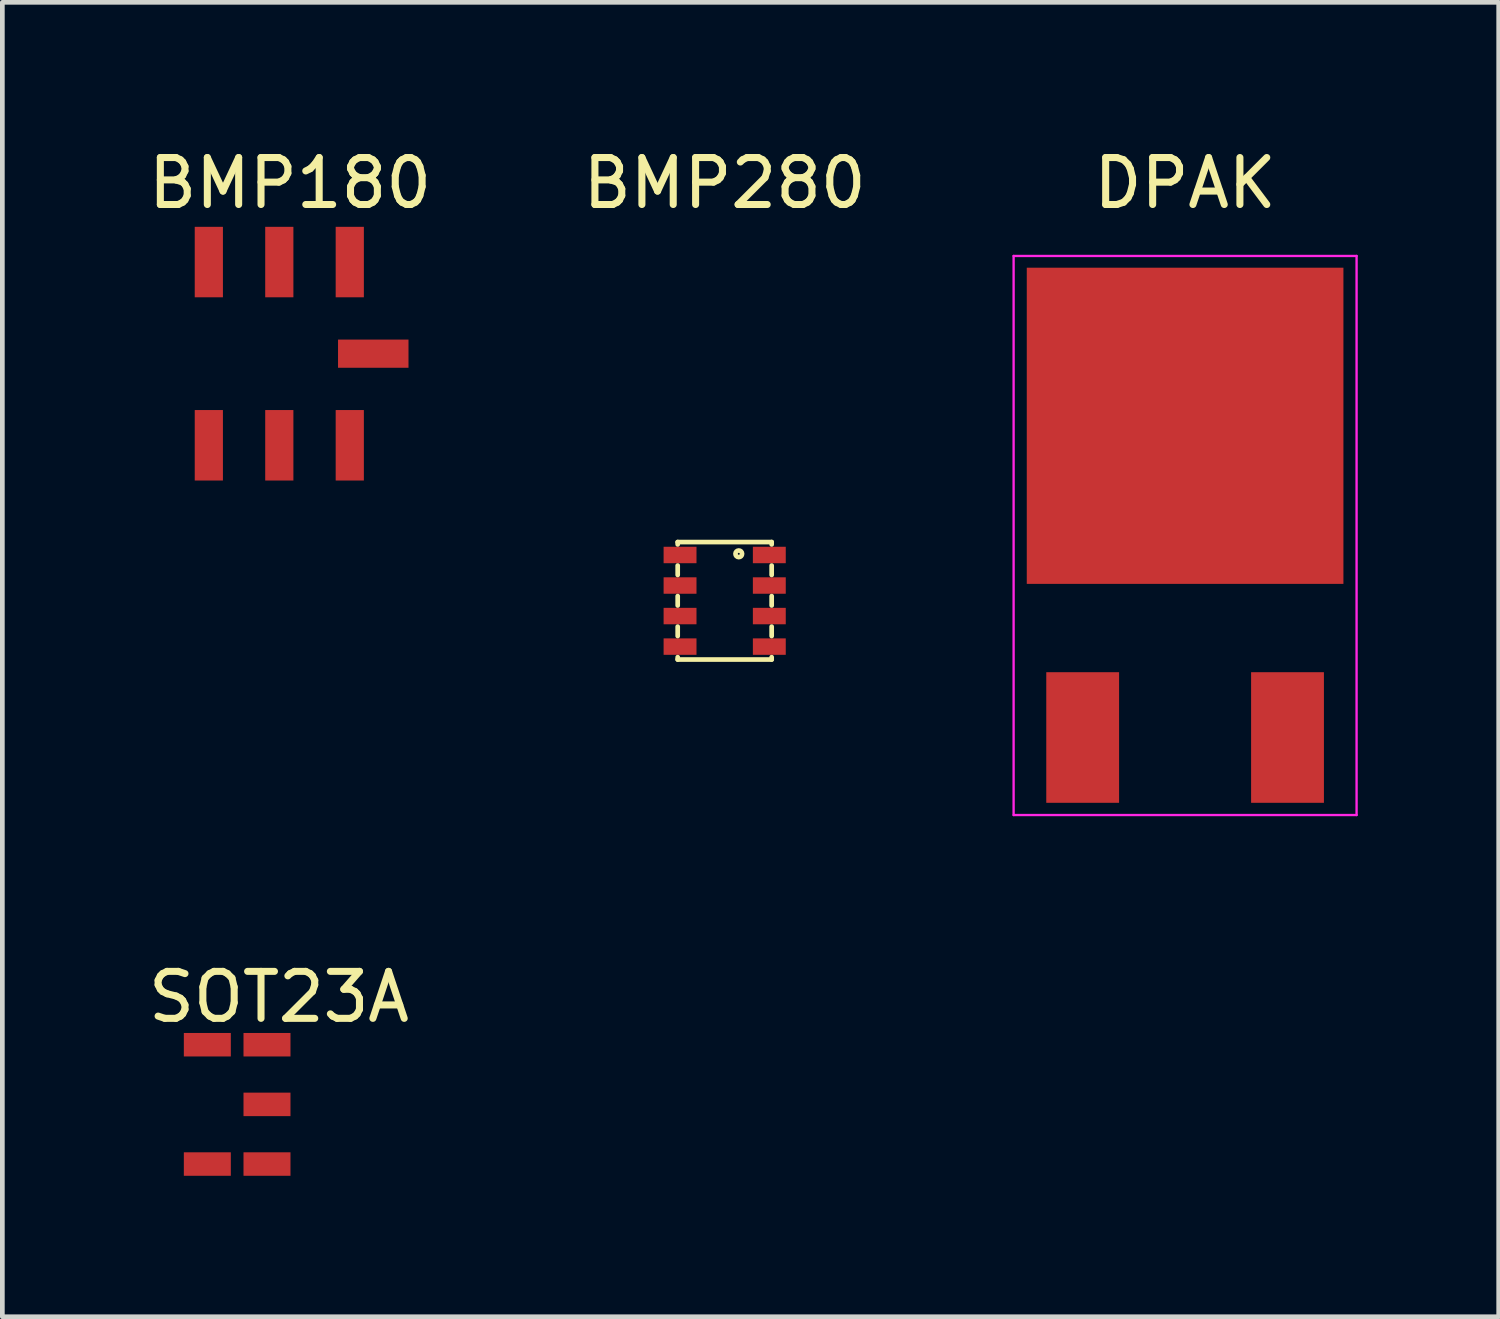
<source format=kicad_pcb>
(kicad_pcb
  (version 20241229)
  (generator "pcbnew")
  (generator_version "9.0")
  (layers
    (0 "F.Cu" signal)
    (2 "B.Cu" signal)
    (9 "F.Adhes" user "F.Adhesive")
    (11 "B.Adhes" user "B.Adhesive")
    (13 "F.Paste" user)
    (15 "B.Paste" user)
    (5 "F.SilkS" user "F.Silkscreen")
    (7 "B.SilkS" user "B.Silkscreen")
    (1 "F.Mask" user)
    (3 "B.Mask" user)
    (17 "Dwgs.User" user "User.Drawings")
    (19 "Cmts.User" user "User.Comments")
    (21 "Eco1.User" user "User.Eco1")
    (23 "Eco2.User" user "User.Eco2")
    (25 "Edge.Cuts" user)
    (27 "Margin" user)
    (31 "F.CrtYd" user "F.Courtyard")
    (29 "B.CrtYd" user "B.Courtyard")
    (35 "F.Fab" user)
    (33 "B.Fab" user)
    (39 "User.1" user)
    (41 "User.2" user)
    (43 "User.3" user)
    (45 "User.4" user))
  (footprint "BMP280"
    (layer "F.Cu")
    (at 12.375 9.738)
    (property "Reference" "BMP280" (at 0 -8.89 0) (layer "F.SilkS") (effects (font (size 1 1) (thickness 0.15))))
    (attr through_hole)
    (fp_line (start -1 -1.25) (end -1 -1.2) (stroke (width 0.1) (type solid)) (layer "F.SilkS"))
    (fp_line (start -1 -1.25) (end 1 -1.25) (stroke (width 0.1) (type solid)) (layer "F.SilkS"))
    (fp_line (start -1 -0.75) (end -1 -0.55) (stroke (width 0.1) (type solid)) (layer "F.SilkS"))
    (fp_line (start -1 -0.1) (end -1 0.1) (stroke (width 0.1) (type solid)) (layer "F.SilkS"))
    (fp_line (start -1 0.55) (end -1 0.75) (stroke (width 0.1) (type solid)) (layer "F.SilkS"))
    (fp_line (start -1 1.25) (end -1 1.2) (stroke (width 0.1) (type solid)) (layer "F.SilkS"))
    (fp_line (start 1 -1.25) (end 1 -1.2) (stroke (width 0.1) (type solid)) (layer "F.SilkS"))
    (fp_line (start 1 -0.75) (end 1 -0.55) (stroke (width 0.1) (type solid)) (layer "F.SilkS"))
    (fp_line (start 1 -0.1) (end 1 0.1) (stroke (width 0.1) (type solid)) (layer "F.SilkS"))
    (fp_line (start 1 0.55) (end 1 0.75) (stroke (width 0.1) (type solid)) (layer "F.SilkS"))
    (fp_line (start 1 1.25) (end -1 1.25) (stroke (width 0.1) (type solid)) (layer "F.SilkS"))
    (fp_line (start 1 1.25) (end 1 1.2) (stroke (width 0.1) (type solid)) (layer "F.SilkS"))
    (fp_circle (center 0.3 -1) (end 0.35 -0.95) (stroke (width 0.1) (type solid)) (fill no) (layer "F.SilkS"))
    (pad "1" smd rect (at 0.95 -0.975) (size 0.7 0.35) (layers "F.Cu" "F.Mask" "F.Paste"))
    (pad "2" smd rect (at 0.95 -0.325) (size 0.7 0.35) (layers "F.Cu" "F.Mask" "F.Paste"))
    (pad "3" smd rect (at 0.95 0.325) (size 0.7 0.35) (layers "F.Cu" "F.Mask" "F.Paste"))
    (pad "4" smd rect (at 0.95 0.975) (size 0.7 0.35) (layers "F.Cu" "F.Mask" "F.Paste"))
    (pad "5" smd rect (at -0.95 0.975) (size 0.7 0.35) (layers "F.Cu" "F.Mask" "F.Paste"))
    (pad "6" smd rect (at -0.95 0.325) (size 0.7 0.35) (layers "F.Cu" "F.Mask" "F.Paste"))
    (pad "7" smd rect (at -0.95 -0.325) (size 0.7 0.35) (layers "F.Cu" "F.Mask" "F.Paste"))
    (pad "8" smd rect (at -0.95 -0.975) (size 0.7 0.35) (layers "F.Cu" "F.Mask" "F.Paste")))
  (footprint "BMP180"
    (layer "F.Cu")
    (at 4.395 5.928)
    (property "Reference" "BMP180" (at -1.27 -5.08 0) (layer "F.SilkS") (effects (font (size 1 1) (thickness 0.15))))
    (attr through_hole)
    (pad "1" smd rect (at 0 0.5) (size 0.6 1.5) (layers "F.Cu" "F.Mask" "F.Paste"))
    (pad "2" smd rect (at -1.5 0.5) (size 0.6 1.5) (layers "F.Cu" "F.Mask" "F.Paste"))
    (pad "3" smd rect (at -3 0.5) (size 0.6 1.5) (layers "F.Cu" "F.Mask" "F.Paste"))
    (pad "4" smd rect (at -3 -3.4) (size 0.6 1.5) (layers "F.Cu" "F.Mask" "F.Paste"))
    (pad "5" smd rect (at -1.5 -3.4) (size 0.6 1.5) (layers "F.Cu" "F.Mask" "F.Paste"))
    (pad "6" smd rect (at 0 -3.4) (size 0.6 1.5) (layers "F.Cu" "F.Mask" "F.Paste"))
    (pad "7" smd rect (at 0.5 -1.45) (size 1.5 0.6) (layers "F.Cu" "F.Mask" "F.Paste")))
  (footprint "SOT23A"
    (layer "F.Cu")
    (at 2.633 21.727)
    (property "Reference" "SOT23A" (at 0.254 -3.556 0) (layer "F.SilkS") (effects (font (size 1 1) (thickness 0.15))))
    (attr through_hole)
    (pad "1" smd rect (at 0 0) (size 1 0.5) (layers "F.Cu" "F.Mask" "F.Paste"))
    (pad "2" smd rect (at 0 -1.27) (size 1 0.5) (layers "F.Cu" "F.Mask" "F.Paste"))
    (pad "3" smd rect (at 0 -2.54) (size 1 0.5) (layers "F.Cu" "F.Mask" "F.Paste"))
    (pad "4" smd rect (at -1.27 -2.54) (size 1 0.5) (layers "F.Cu" "F.Mask" "F.Paste"))
    (pad "5" smd rect (at -1.27 0) (size 1 0.5) (layers "F.Cu" "F.Mask" "F.Paste")))
  (footprint "DPAK"
    (layer "F.Cu")
    (at 22.175 8.348)
    (property "Reference" "DPAK" (at 0 -7.5 0) (layer "F.SilkS") (effects (font (size 1 1) (thickness 0.15))))
    (attr smd)
    (fp_line (start -3.65 -5.95) (end 3.65 -5.95) (stroke (width 0.05) (type solid)) (layer "F.CrtYd"))
    (fp_line (start -3.65 5.95) (end -3.65 -5.95) (stroke (width 0.05) (type solid)) (layer "F.CrtYd"))
    (fp_line (start 3.65 -5.95) (end 3.65 5.95) (stroke (width 0.05) (type solid)) (layer "F.CrtYd"))
    (fp_line (start 3.65 5.95) (end -3.65 5.95) (stroke (width 0.05) (type solid)) (layer "F.CrtYd"))
    (pad "GND" smd rect (at 0 -2.335) (size 6.74 6.73) (layers "F.Cu" "F.Mask" "F.Paste"))
    (pad "VI" smd rect (at -2.18 4.3) (size 1.55 2.78) (layers "F.Cu" "F.Mask" "F.Paste"))
    (pad "VO" smd rect (at 2.18 4.3) (size 1.55 2.78) (layers "F.Cu" "F.Mask" "F.Paste")))
  (gr_rect
    (start -3 -3)
    (end 28.85 24.977)
    (stroke (width 0.1) (type default))
    (fill no)
    (layer "Edge.Cuts")))
</source>
